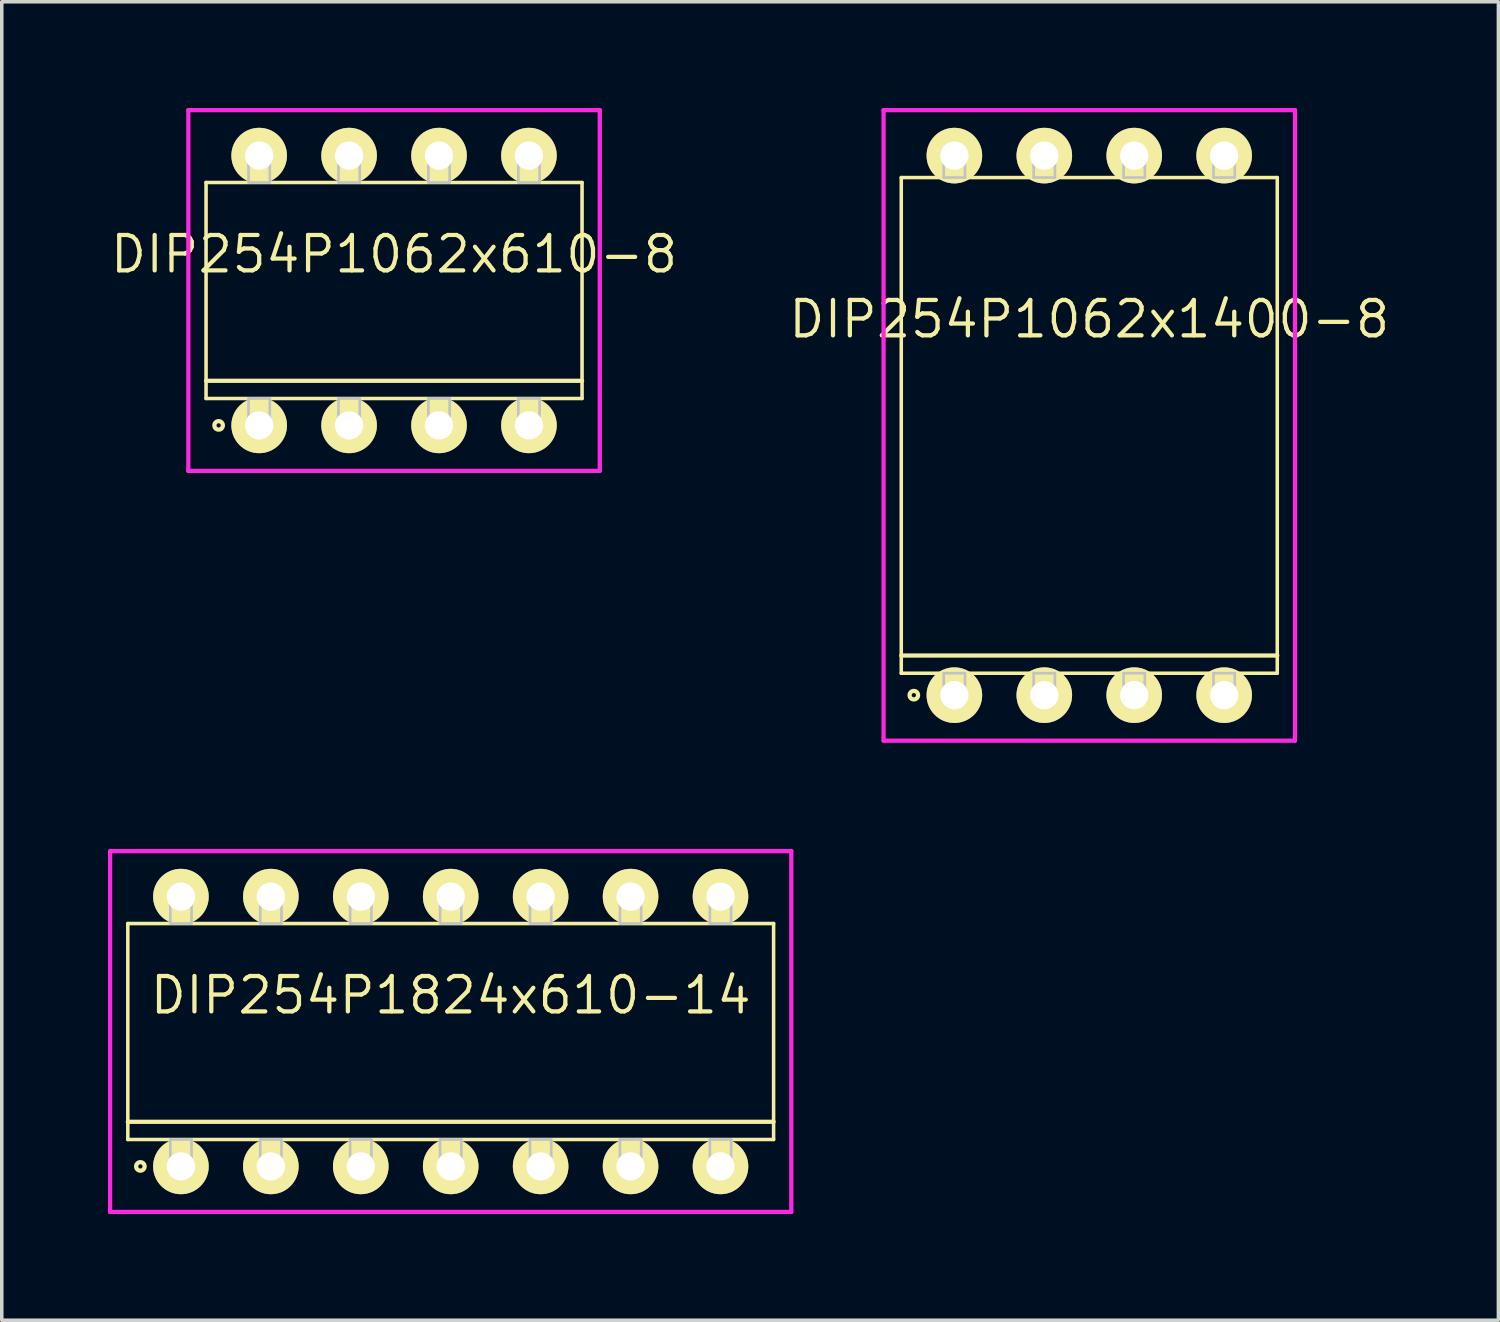
<source format=kicad_pcb>
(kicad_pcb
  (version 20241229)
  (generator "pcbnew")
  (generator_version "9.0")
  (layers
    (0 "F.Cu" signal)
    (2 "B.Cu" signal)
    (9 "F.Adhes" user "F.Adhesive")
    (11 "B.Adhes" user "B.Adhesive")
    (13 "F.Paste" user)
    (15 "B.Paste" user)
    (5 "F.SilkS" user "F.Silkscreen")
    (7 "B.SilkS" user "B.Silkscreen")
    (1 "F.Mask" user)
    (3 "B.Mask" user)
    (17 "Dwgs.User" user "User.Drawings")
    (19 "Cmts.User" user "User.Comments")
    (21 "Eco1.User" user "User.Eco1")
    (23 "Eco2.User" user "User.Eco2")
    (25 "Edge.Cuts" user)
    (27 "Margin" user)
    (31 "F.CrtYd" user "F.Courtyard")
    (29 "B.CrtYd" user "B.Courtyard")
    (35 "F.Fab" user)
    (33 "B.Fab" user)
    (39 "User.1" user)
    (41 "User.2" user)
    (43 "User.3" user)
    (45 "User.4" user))
  (footprint "DIP254P1062x610-8"
    (layer "F.Cu")
    (at 8.08 5.155)
    (property "Reference" "DIP254P1062x610-8" (at 0 -1.025 0) (layer "F.SilkS") (effects (font (size 1 1) (thickness 0.12))))
    (attr through_hole)
    (fp_line (start -5.31 -3.05) (end -5.31 3.05) (stroke (width 0.1) (type solid)) (layer "F.SilkS"))
    (fp_line (start -5.31 2.55) (end 5.31 2.55) (stroke (width 0.12) (type solid)) (layer "F.SilkS"))
    (fp_line (start -5.31 3.05) (end 5.31 3.05) (stroke (width 0.1) (type solid)) (layer "F.SilkS"))
    (fp_line (start 5.31 -3.05) (end -5.31 -3.05) (stroke (width 0.1) (type solid)) (layer "F.SilkS"))
    (fp_line (start 5.31 3.05) (end 5.31 -3.05) (stroke (width 0.1) (type solid)) (layer "F.SilkS"))
    (fp_circle (center -4.955 3.81) (end -4.835 3.81) (stroke (width 0.12) (type solid)) (fill no) (layer "F.SilkS"))
    (fp_line (start -4.11 -3.81) (end -4.11 -3.05) (stroke (width 0.075) (type solid)) (layer "Dwgs.User"))
    (fp_line (start -4.11 -3.05) (end -3.51 -3.05) (stroke (width 0.075) (type solid)) (layer "Dwgs.User"))
    (fp_line (start -4.11 3.05) (end -3.51 3.05) (stroke (width 0.075) (type solid)) (layer "Dwgs.User"))
    (fp_line (start -4.11 3.81) (end -4.11 3.05) (stroke (width 0.075) (type solid)) (layer "Dwgs.User"))
    (fp_line (start -3.51 -3.81) (end -4.11 -3.81) (stroke (width 0.075) (type solid)) (layer "Dwgs.User"))
    (fp_line (start -3.51 -3.05) (end -3.51 -3.81) (stroke (width 0.075) (type solid)) (layer "Dwgs.User"))
    (fp_line (start -3.51 3.05) (end -3.51 3.81) (stroke (width 0.075) (type solid)) (layer "Dwgs.User"))
    (fp_line (start -3.51 3.81) (end -4.11 3.81) (stroke (width 0.075) (type solid)) (layer "Dwgs.User"))
    (fp_line (start -1.57 -3.81) (end -1.57 -3.05) (stroke (width 0.075) (type solid)) (layer "Dwgs.User"))
    (fp_line (start -1.57 -3.05) (end -0.97 -3.05) (stroke (width 0.075) (type solid)) (layer "Dwgs.User"))
    (fp_line (start -1.57 3.05) (end -0.97 3.05) (stroke (width 0.075) (type solid)) (layer "Dwgs.User"))
    (fp_line (start -1.57 3.81) (end -1.57 3.05) (stroke (width 0.075) (type solid)) (layer "Dwgs.User"))
    (fp_line (start -0.97 -3.81) (end -1.57 -3.81) (stroke (width 0.075) (type solid)) (layer "Dwgs.User"))
    (fp_line (start -0.97 -3.05) (end -0.97 -3.81) (stroke (width 0.075) (type solid)) (layer "Dwgs.User"))
    (fp_line (start -0.97 3.05) (end -0.97 3.81) (stroke (width 0.075) (type solid)) (layer "Dwgs.User"))
    (fp_line (start -0.97 3.81) (end -1.57 3.81) (stroke (width 0.075) (type solid)) (layer "Dwgs.User"))
    (fp_line (start 0.97 -3.81) (end 0.97 -3.05) (stroke (width 0.075) (type solid)) (layer "Dwgs.User"))
    (fp_line (start 0.97 -3.05) (end 1.57 -3.05) (stroke (width 0.075) (type solid)) (layer "Dwgs.User"))
    (fp_line (start 0.97 3.05) (end 1.57 3.05) (stroke (width 0.075) (type solid)) (layer "Dwgs.User"))
    (fp_line (start 0.97 3.81) (end 0.97 3.05) (stroke (width 0.075) (type solid)) (layer "Dwgs.User"))
    (fp_line (start 1.57 -3.81) (end 0.97 -3.81) (stroke (width 0.075) (type solid)) (layer "Dwgs.User"))
    (fp_line (start 1.57 -3.05) (end 1.57 -3.81) (stroke (width 0.075) (type solid)) (layer "Dwgs.User"))
    (fp_line (start 1.57 3.05) (end 1.57 3.81) (stroke (width 0.075) (type solid)) (layer "Dwgs.User"))
    (fp_line (start 1.57 3.81) (end 0.97 3.81) (stroke (width 0.075) (type solid)) (layer "Dwgs.User"))
    (fp_line (start 3.51 -3.81) (end 3.51 -3.05) (stroke (width 0.075) (type solid)) (layer "Dwgs.User"))
    (fp_line (start 3.51 -3.05) (end 4.11 -3.05) (stroke (width 0.075) (type solid)) (layer "Dwgs.User"))
    (fp_line (start 3.51 3.05) (end 4.11 3.05) (stroke (width 0.075) (type solid)) (layer "Dwgs.User"))
    (fp_line (start 3.51 3.81) (end 3.51 3.05) (stroke (width 0.075) (type solid)) (layer "Dwgs.User"))
    (fp_line (start 4.11 -3.81) (end 3.51 -3.81) (stroke (width 0.075) (type solid)) (layer "Dwgs.User"))
    (fp_line (start 4.11 -3.05) (end 4.11 -3.81) (stroke (width 0.075) (type solid)) (layer "Dwgs.User"))
    (fp_line (start 4.11 3.05) (end 4.11 3.81) (stroke (width 0.075) (type solid)) (layer "Dwgs.User"))
    (fp_line (start 4.11 3.81) (end 3.51 3.81) (stroke (width 0.075) (type solid)) (layer "Dwgs.User"))
    (fp_line (start -0.75 0) (end 0.75 0) (stroke (width 0.12) (type solid)) (layer "Eco1.User"))
    (fp_line (start 0 -0.75) (end 0 0.75) (stroke (width 0.12) (type solid)) (layer "Eco1.User"))
    (fp_circle (center 0 0) (end 0.5 0) (stroke (width 0.12) (type solid)) (fill no) (layer "Eco1.User"))
    (fp_line (start -5.81 -5.095) (end -5.81 5.095) (stroke (width 0.12) (type solid)) (layer "F.CrtYd"))
    (fp_line (start -5.81 5.095) (end 5.81 5.095) (stroke (width 0.12) (type solid)) (layer "F.CrtYd"))
    (fp_line (start 5.81 -5.095) (end -5.81 -5.095) (stroke (width 0.12) (type solid)) (layer "F.CrtYd"))
    (fp_line (start 5.81 5.095) (end 5.81 -5.095) (stroke (width 0.12) (type solid)) (layer "F.CrtYd"))
    (pad "1" thru_hole oval (at -3.81 3.81) (size 1.57 1.57) (drill 0.8) (layers "*.Cu" "*.Mask" "F.SilkS"))
    (pad "2" thru_hole oval (at -1.27 3.81) (size 1.57 1.57) (drill 0.8) (layers "*.Cu" "*.Mask" "F.SilkS"))
    (pad "3" thru_hole oval (at 1.27 3.81) (size 1.57 1.57) (drill 0.8) (layers "*.Cu" "*.Mask" "F.SilkS"))
    (pad "4" thru_hole oval (at 3.81 3.81) (size 1.57 1.57) (drill 0.8) (layers "*.Cu" "*.Mask" "F.SilkS"))
    (pad "5" thru_hole oval (at 3.81 -3.81) (size 1.57 1.57) (drill 0.8) (layers "*.Cu" "*.Mask" "F.SilkS"))
    (pad "6" thru_hole oval (at 1.27 -3.81) (size 1.57 1.57) (drill 0.8) (layers "*.Cu" "*.Mask" "F.SilkS"))
    (pad "7" thru_hole oval (at -1.27 -3.81) (size 1.57 1.57) (drill 0.8) (layers "*.Cu" "*.Mask" "F.SilkS"))
    (pad "8" thru_hole oval (at -3.81 -3.81) (size 1.57 1.57) (drill 0.8) (layers "*.Cu" "*.Mask" "F.SilkS")))
  (footprint "DIP254P1062x1400-8"
    (layer "F.Cu")
    (at 27.716 8.965)
    (property "Reference" "DIP254P1062x1400-8" (at 0 -3 0) (layer "F.SilkS") (effects (font (size 1 1) (thickness 0.12))))
    (attr through_hole)
    (fp_line (start -5.31 -7) (end -5.31 7) (stroke (width 0.1) (type solid)) (layer "F.SilkS"))
    (fp_line (start -5.31 6.5) (end 5.31 6.5) (stroke (width 0.12) (type solid)) (layer "F.SilkS"))
    (fp_line (start -5.31 7) (end 5.31 7) (stroke (width 0.1) (type solid)) (layer "F.SilkS"))
    (fp_line (start 5.31 -7) (end -5.31 -7) (stroke (width 0.1) (type solid)) (layer "F.SilkS"))
    (fp_line (start 5.31 7) (end 5.31 -7) (stroke (width 0.1) (type solid)) (layer "F.SilkS"))
    (fp_circle (center -4.955 7.62) (end -4.835 7.62) (stroke (width 0.12) (type solid)) (fill no) (layer "F.SilkS"))
    (fp_line (start -4.11 -7.62) (end -4.11 -7) (stroke (width 0.075) (type solid)) (layer "Dwgs.User"))
    (fp_line (start -4.11 -7) (end -3.51 -7) (stroke (width 0.075) (type solid)) (layer "Dwgs.User"))
    (fp_line (start -4.11 7) (end -3.51 7) (stroke (width 0.075) (type solid)) (layer "Dwgs.User"))
    (fp_line (start -4.11 7.62) (end -4.11 7) (stroke (width 0.075) (type solid)) (layer "Dwgs.User"))
    (fp_line (start -3.51 -7.62) (end -4.11 -7.62) (stroke (width 0.075) (type solid)) (layer "Dwgs.User"))
    (fp_line (start -3.51 -7) (end -3.51 -7.62) (stroke (width 0.075) (type solid)) (layer "Dwgs.User"))
    (fp_line (start -3.51 7) (end -3.51 7.62) (stroke (width 0.075) (type solid)) (layer "Dwgs.User"))
    (fp_line (start -3.51 7.62) (end -4.11 7.62) (stroke (width 0.075) (type solid)) (layer "Dwgs.User"))
    (fp_line (start -1.57 -7.62) (end -1.57 -7) (stroke (width 0.075) (type solid)) (layer "Dwgs.User"))
    (fp_line (start -1.57 -7) (end -0.97 -7) (stroke (width 0.075) (type solid)) (layer "Dwgs.User"))
    (fp_line (start -1.57 7) (end -0.97 7) (stroke (width 0.075) (type solid)) (layer "Dwgs.User"))
    (fp_line (start -1.57 7.62) (end -1.57 7) (stroke (width 0.075) (type solid)) (layer "Dwgs.User"))
    (fp_line (start -0.97 -7.62) (end -1.57 -7.62) (stroke (width 0.075) (type solid)) (layer "Dwgs.User"))
    (fp_line (start -0.97 -7) (end -0.97 -7.62) (stroke (width 0.075) (type solid)) (layer "Dwgs.User"))
    (fp_line (start -0.97 7) (end -0.97 7.62) (stroke (width 0.075) (type solid)) (layer "Dwgs.User"))
    (fp_line (start -0.97 7.62) (end -1.57 7.62) (stroke (width 0.075) (type solid)) (layer "Dwgs.User"))
    (fp_line (start 0.97 -7.62) (end 0.97 -7) (stroke (width 0.075) (type solid)) (layer "Dwgs.User"))
    (fp_line (start 0.97 -7) (end 1.57 -7) (stroke (width 0.075) (type solid)) (layer "Dwgs.User"))
    (fp_line (start 0.97 7) (end 1.57 7) (stroke (width 0.075) (type solid)) (layer "Dwgs.User"))
    (fp_line (start 0.97 7.62) (end 0.97 7) (stroke (width 0.075) (type solid)) (layer "Dwgs.User"))
    (fp_line (start 1.57 -7.62) (end 0.97 -7.62) (stroke (width 0.075) (type solid)) (layer "Dwgs.User"))
    (fp_line (start 1.57 -7) (end 1.57 -7.62) (stroke (width 0.075) (type solid)) (layer "Dwgs.User"))
    (fp_line (start 1.57 7) (end 1.57 7.62) (stroke (width 0.075) (type solid)) (layer "Dwgs.User"))
    (fp_line (start 1.57 7.62) (end 0.97 7.62) (stroke (width 0.075) (type solid)) (layer "Dwgs.User"))
    (fp_line (start 3.51 -7.62) (end 3.51 -7) (stroke (width 0.075) (type solid)) (layer "Dwgs.User"))
    (fp_line (start 3.51 -7) (end 4.11 -7) (stroke (width 0.075) (type solid)) (layer "Dwgs.User"))
    (fp_line (start 3.51 7) (end 4.11 7) (stroke (width 0.075) (type solid)) (layer "Dwgs.User"))
    (fp_line (start 3.51 7.62) (end 3.51 7) (stroke (width 0.075) (type solid)) (layer "Dwgs.User"))
    (fp_line (start 4.11 -7.62) (end 3.51 -7.62) (stroke (width 0.075) (type solid)) (layer "Dwgs.User"))
    (fp_line (start 4.11 -7) (end 4.11 -7.62) (stroke (width 0.075) (type solid)) (layer "Dwgs.User"))
    (fp_line (start 4.11 7) (end 4.11 7.62) (stroke (width 0.075) (type solid)) (layer "Dwgs.User"))
    (fp_line (start 4.11 7.62) (end 3.51 7.62) (stroke (width 0.075) (type solid)) (layer "Dwgs.User"))
    (fp_line (start -0.75 0) (end 0.75 0) (stroke (width 0.12) (type solid)) (layer "Eco1.User"))
    (fp_line (start 0 -0.75) (end 0 0.75) (stroke (width 0.12) (type solid)) (layer "Eco1.User"))
    (fp_circle (center 0 0) (end 0.5 0) (stroke (width 0.12) (type solid)) (fill no) (layer "Eco1.User"))
    (fp_line (start -5.81 -8.905) (end -5.81 8.905) (stroke (width 0.12) (type solid)) (layer "F.CrtYd"))
    (fp_line (start -5.81 8.905) (end 5.81 8.905) (stroke (width 0.12) (type solid)) (layer "F.CrtYd"))
    (fp_line (start 5.81 -8.905) (end -5.81 -8.905) (stroke (width 0.12) (type solid)) (layer "F.CrtYd"))
    (fp_line (start 5.81 8.905) (end 5.81 -8.905) (stroke (width 0.12) (type solid)) (layer "F.CrtYd"))
    (pad "1" thru_hole oval (at -3.81 7.62) (size 1.57 1.57) (drill 0.8) (layers "*.Cu" "*.Mask" "F.SilkS"))
    (pad "2" thru_hole oval (at -1.27 7.62) (size 1.57 1.57) (drill 0.8) (layers "*.Cu" "*.Mask" "F.SilkS"))
    (pad "3" thru_hole oval (at 1.27 7.62) (size 1.57 1.57) (drill 0.8) (layers "*.Cu" "*.Mask" "F.SilkS"))
    (pad "4" thru_hole oval (at 3.81 7.62) (size 1.57 1.57) (drill 0.8) (layers "*.Cu" "*.Mask" "F.SilkS"))
    (pad "5" thru_hole oval (at 3.81 -7.62) (size 1.57 1.57) (drill 0.8) (layers "*.Cu" "*.Mask" "F.SilkS"))
    (pad "6" thru_hole oval (at 1.27 -7.62) (size 1.57 1.57) (drill 0.8) (layers "*.Cu" "*.Mask" "F.SilkS"))
    (pad "7" thru_hole oval (at -1.27 -7.62) (size 1.57 1.57) (drill 0.8) (layers "*.Cu" "*.Mask" "F.SilkS"))
    (pad "8" thru_hole oval (at -3.81 -7.62) (size 1.57 1.57) (drill 0.8) (layers "*.Cu" "*.Mask" "F.SilkS")))
  (footprint "DIP254P1824x610-14"
    (layer "F.Cu")
    (at 9.68 26.085)
    (property "Reference" "DIP254P1824x610-14" (at 0 -1.025 0) (layer "F.SilkS") (effects (font (size 1 1) (thickness 0.12))))
    (attr through_hole)
    (fp_line (start -9.12 -3.05) (end -9.12 3.05) (stroke (width 0.1) (type solid)) (layer "F.SilkS"))
    (fp_line (start -9.12 2.55) (end 9.12 2.55) (stroke (width 0.12) (type solid)) (layer "F.SilkS"))
    (fp_line (start -9.12 3.05) (end 9.12 3.05) (stroke (width 0.1) (type solid)) (layer "F.SilkS"))
    (fp_line (start 9.12 -3.05) (end -9.12 -3.05) (stroke (width 0.1) (type solid)) (layer "F.SilkS"))
    (fp_line (start 9.12 3.05) (end 9.12 -3.05) (stroke (width 0.1) (type solid)) (layer "F.SilkS"))
    (fp_circle (center -8.765 3.81) (end -8.645 3.81) (stroke (width 0.12) (type solid)) (fill no) (layer "F.SilkS"))
    (fp_line (start -7.92 -3.81) (end -7.92 -3.05) (stroke (width 0.075) (type solid)) (layer "Dwgs.User"))
    (fp_line (start -7.92 -3.05) (end -7.32 -3.05) (stroke (width 0.075) (type solid)) (layer "Dwgs.User"))
    (fp_line (start -7.92 3.05) (end -7.32 3.05) (stroke (width 0.075) (type solid)) (layer "Dwgs.User"))
    (fp_line (start -7.92 3.81) (end -7.92 3.05) (stroke (width 0.075) (type solid)) (layer "Dwgs.User"))
    (fp_line (start -7.32 -3.81) (end -7.92 -3.81) (stroke (width 0.075) (type solid)) (layer "Dwgs.User"))
    (fp_line (start -7.32 -3.05) (end -7.32 -3.81) (stroke (width 0.075) (type solid)) (layer "Dwgs.User"))
    (fp_line (start -7.32 3.05) (end -7.32 3.81) (stroke (width 0.075) (type solid)) (layer "Dwgs.User"))
    (fp_line (start -7.32 3.81) (end -7.92 3.81) (stroke (width 0.075) (type solid)) (layer "Dwgs.User"))
    (fp_line (start -5.38 -3.81) (end -5.38 -3.05) (stroke (width 0.075) (type solid)) (layer "Dwgs.User"))
    (fp_line (start -5.38 -3.05) (end -4.78 -3.05) (stroke (width 0.075) (type solid)) (layer "Dwgs.User"))
    (fp_line (start -5.38 3.05) (end -4.78 3.05) (stroke (width 0.075) (type solid)) (layer "Dwgs.User"))
    (fp_line (start -5.38 3.81) (end -5.38 3.05) (stroke (width 0.075) (type solid)) (layer "Dwgs.User"))
    (fp_line (start -4.78 -3.81) (end -5.38 -3.81) (stroke (width 0.075) (type solid)) (layer "Dwgs.User"))
    (fp_line (start -4.78 -3.05) (end -4.78 -3.81) (stroke (width 0.075) (type solid)) (layer "Dwgs.User"))
    (fp_line (start -4.78 3.05) (end -4.78 3.81) (stroke (width 0.075) (type solid)) (layer "Dwgs.User"))
    (fp_line (start -4.78 3.81) (end -5.38 3.81) (stroke (width 0.075) (type solid)) (layer "Dwgs.User"))
    (fp_line (start -2.84 -3.81) (end -2.84 -3.05) (stroke (width 0.075) (type solid)) (layer "Dwgs.User"))
    (fp_line (start -2.84 -3.05) (end -2.24 -3.05) (stroke (width 0.075) (type solid)) (layer "Dwgs.User"))
    (fp_line (start -2.84 3.05) (end -2.24 3.05) (stroke (width 0.075) (type solid)) (layer "Dwgs.User"))
    (fp_line (start -2.84 3.81) (end -2.84 3.05) (stroke (width 0.075) (type solid)) (layer "Dwgs.User"))
    (fp_line (start -2.24 -3.81) (end -2.84 -3.81) (stroke (width 0.075) (type solid)) (layer "Dwgs.User"))
    (fp_line (start -2.24 -3.05) (end -2.24 -3.81) (stroke (width 0.075) (type solid)) (layer "Dwgs.User"))
    (fp_line (start -2.24 3.05) (end -2.24 3.81) (stroke (width 0.075) (type solid)) (layer "Dwgs.User"))
    (fp_line (start -2.24 3.81) (end -2.84 3.81) (stroke (width 0.075) (type solid)) (layer "Dwgs.User"))
    (fp_line (start -0.3 -3.81) (end -0.3 -3.05) (stroke (width 0.075) (type solid)) (layer "Dwgs.User"))
    (fp_line (start -0.3 -3.05) (end 0.3 -3.05) (stroke (width 0.075) (type solid)) (layer "Dwgs.User"))
    (fp_line (start -0.3 3.05) (end 0.3 3.05) (stroke (width 0.075) (type solid)) (layer "Dwgs.User"))
    (fp_line (start -0.3 3.81) (end -0.3 3.05) (stroke (width 0.075) (type solid)) (layer "Dwgs.User"))
    (fp_line (start 0.3 -3.81) (end -0.3 -3.81) (stroke (width 0.075) (type solid)) (layer "Dwgs.User"))
    (fp_line (start 0.3 -3.05) (end 0.3 -3.81) (stroke (width 0.075) (type solid)) (layer "Dwgs.User"))
    (fp_line (start 0.3 3.05) (end 0.3 3.81) (stroke (width 0.075) (type solid)) (layer "Dwgs.User"))
    (fp_line (start 0.3 3.81) (end -0.3 3.81) (stroke (width 0.075) (type solid)) (layer "Dwgs.User"))
    (fp_line (start 2.24 -3.81) (end 2.24 -3.05) (stroke (width 0.075) (type solid)) (layer "Dwgs.User"))
    (fp_line (start 2.24 -3.05) (end 2.84 -3.05) (stroke (width 0.075) (type solid)) (layer "Dwgs.User"))
    (fp_line (start 2.24 3.05) (end 2.84 3.05) (stroke (width 0.075) (type solid)) (layer "Dwgs.User"))
    (fp_line (start 2.24 3.81) (end 2.24 3.05) (stroke (width 0.075) (type solid)) (layer "Dwgs.User"))
    (fp_line (start 2.84 -3.81) (end 2.24 -3.81) (stroke (width 0.075) (type solid)) (layer "Dwgs.User"))
    (fp_line (start 2.84 -3.05) (end 2.84 -3.81) (stroke (width 0.075) (type solid)) (layer "Dwgs.User"))
    (fp_line (start 2.84 3.05) (end 2.84 3.81) (stroke (width 0.075) (type solid)) (layer "Dwgs.User"))
    (fp_line (start 2.84 3.81) (end 2.24 3.81) (stroke (width 0.075) (type solid)) (layer "Dwgs.User"))
    (fp_line (start 4.78 -3.81) (end 4.78 -3.05) (stroke (width 0.075) (type solid)) (layer "Dwgs.User"))
    (fp_line (start 4.78 -3.05) (end 5.38 -3.05) (stroke (width 0.075) (type solid)) (layer "Dwgs.User"))
    (fp_line (start 4.78 3.05) (end 5.38 3.05) (stroke (width 0.075) (type solid)) (layer "Dwgs.User"))
    (fp_line (start 4.78 3.81) (end 4.78 3.05) (stroke (width 0.075) (type solid)) (layer "Dwgs.User"))
    (fp_line (start 5.38 -3.81) (end 4.78 -3.81) (stroke (width 0.075) (type solid)) (layer "Dwgs.User"))
    (fp_line (start 5.38 -3.05) (end 5.38 -3.81) (stroke (width 0.075) (type solid)) (layer "Dwgs.User"))
    (fp_line (start 5.38 3.05) (end 5.38 3.81) (stroke (width 0.075) (type solid)) (layer "Dwgs.User"))
    (fp_line (start 5.38 3.81) (end 4.78 3.81) (stroke (width 0.075) (type solid)) (layer "Dwgs.User"))
    (fp_line (start 7.32 -3.81) (end 7.32 -3.05) (stroke (width 0.075) (type solid)) (layer "Dwgs.User"))
    (fp_line (start 7.32 -3.05) (end 7.92 -3.05) (stroke (width 0.075) (type solid)) (layer "Dwgs.User"))
    (fp_line (start 7.32 3.05) (end 7.92 3.05) (stroke (width 0.075) (type solid)) (layer "Dwgs.User"))
    (fp_line (start 7.32 3.81) (end 7.32 3.05) (stroke (width 0.075) (type solid)) (layer "Dwgs.User"))
    (fp_line (start 7.92 -3.81) (end 7.32 -3.81) (stroke (width 0.075) (type solid)) (layer "Dwgs.User"))
    (fp_line (start 7.92 -3.05) (end 7.92 -3.81) (stroke (width 0.075) (type solid)) (layer "Dwgs.User"))
    (fp_line (start 7.92 3.05) (end 7.92 3.81) (stroke (width 0.075) (type solid)) (layer "Dwgs.User"))
    (fp_line (start 7.92 3.81) (end 7.32 3.81) (stroke (width 0.075) (type solid)) (layer "Dwgs.User"))
    (fp_line (start -0.75 0) (end 0.75 0) (stroke (width 0.12) (type solid)) (layer "Eco1.User"))
    (fp_line (start 0 -0.75) (end 0 0.75) (stroke (width 0.12) (type solid)) (layer "Eco1.User"))
    (fp_circle (center 0 0) (end 0.5 0) (stroke (width 0.12) (type solid)) (fill no) (layer "Eco1.User"))
    (fp_line (start -9.62 -5.095) (end -9.62 5.095) (stroke (width 0.12) (type solid)) (layer "F.CrtYd"))
    (fp_line (start -9.62 5.095) (end 9.62 5.095) (stroke (width 0.12) (type solid)) (layer "F.CrtYd"))
    (fp_line (start 9.62 -5.095) (end -9.62 -5.095) (stroke (width 0.12) (type solid)) (layer "F.CrtYd"))
    (fp_line (start 9.62 5.095) (end 9.62 -5.095) (stroke (width 0.12) (type solid)) (layer "F.CrtYd"))
    (pad "1" thru_hole oval (at -7.62 3.81) (size 1.57 1.57) (drill 0.8) (layers "*.Cu" "*.Mask" "F.SilkS"))
    (pad "2" thru_hole oval (at -5.08 3.81) (size 1.57 1.57) (drill 0.8) (layers "*.Cu" "*.Mask" "F.SilkS"))
    (pad "3" thru_hole oval (at -2.54 3.81) (size 1.57 1.57) (drill 0.8) (layers "*.Cu" "*.Mask" "F.SilkS"))
    (pad "4" thru_hole oval (at 0 3.81) (size 1.57 1.57) (drill 0.8) (layers "*.Cu" "*.Mask" "F.SilkS"))
    (pad "5" thru_hole oval (at 2.54 3.81) (size 1.57 1.57) (drill 0.8) (layers "*.Cu" "*.Mask" "F.SilkS"))
    (pad "6" thru_hole oval (at 5.08 3.81) (size 1.57 1.57) (drill 0.8) (layers "*.Cu" "*.Mask" "F.SilkS"))
    (pad "7" thru_hole oval (at 7.62 3.81) (size 1.57 1.57) (drill 0.8) (layers "*.Cu" "*.Mask" "F.SilkS"))
    (pad "8" thru_hole oval (at 7.62 -3.81) (size 1.57 1.57) (drill 0.8) (layers "*.Cu" "*.Mask" "F.SilkS"))
    (pad "9" thru_hole oval (at 5.08 -3.81) (size 1.57 1.57) (drill 0.8) (layers "*.Cu" "*.Mask" "F.SilkS"))
    (pad "10" thru_hole oval (at 2.54 -3.81) (size 1.57 1.57) (drill 0.8) (layers "*.Cu" "*.Mask" "F.SilkS"))
    (pad "11" thru_hole oval (at 0 -3.81) (size 1.57 1.57) (drill 0.8) (layers "*.Cu" "*.Mask" "F.SilkS"))
    (pad "12" thru_hole oval (at -2.54 -3.81) (size 1.57 1.57) (drill 0.8) (layers "*.Cu" "*.Mask" "F.SilkS"))
    (pad "13" thru_hole oval (at -5.08 -3.81) (size 1.57 1.57) (drill 0.8) (layers "*.Cu" "*.Mask" "F.SilkS"))
    (pad "14" thru_hole oval (at -7.62 -3.81) (size 1.57 1.57) (drill 0.8) (layers "*.Cu" "*.Mask" "F.SilkS")))
  (gr_rect
    (start -3 -3)
    (end 39.272 34.24)
    (stroke (width 0.1) (type default))
    (fill no)
    (layer "Edge.Cuts")))
</source>
